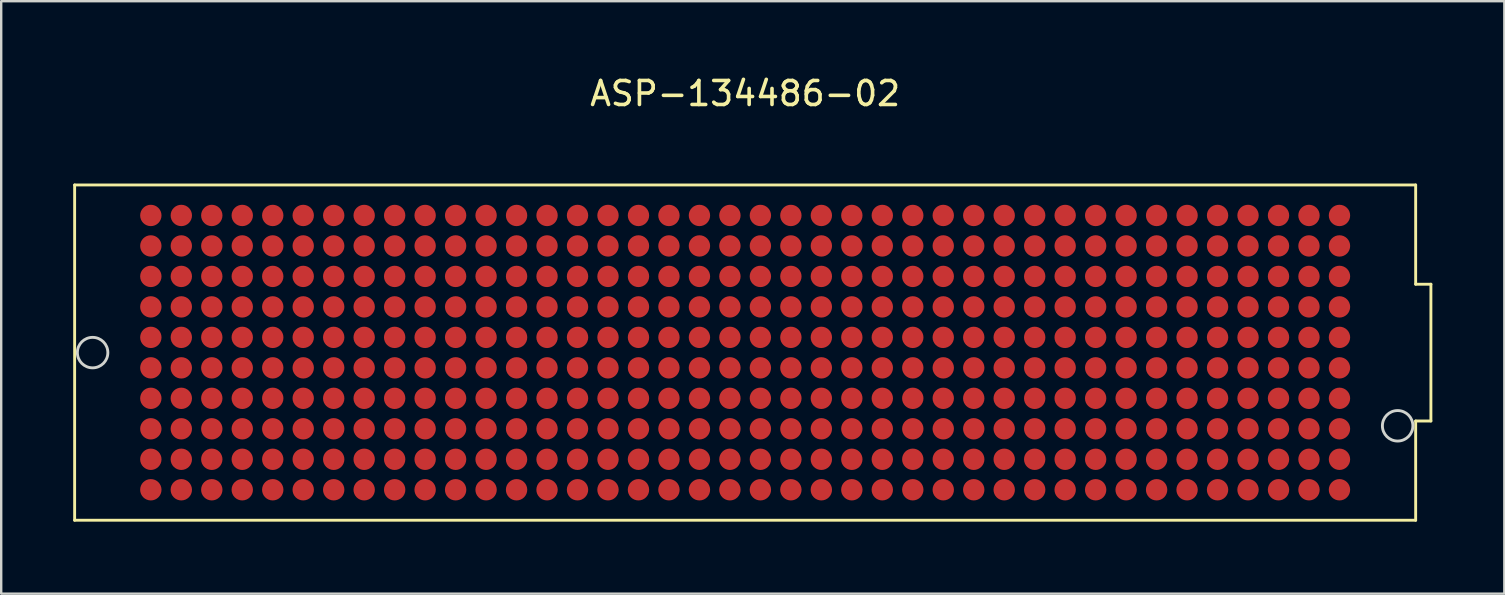
<source format=kicad_pcb>
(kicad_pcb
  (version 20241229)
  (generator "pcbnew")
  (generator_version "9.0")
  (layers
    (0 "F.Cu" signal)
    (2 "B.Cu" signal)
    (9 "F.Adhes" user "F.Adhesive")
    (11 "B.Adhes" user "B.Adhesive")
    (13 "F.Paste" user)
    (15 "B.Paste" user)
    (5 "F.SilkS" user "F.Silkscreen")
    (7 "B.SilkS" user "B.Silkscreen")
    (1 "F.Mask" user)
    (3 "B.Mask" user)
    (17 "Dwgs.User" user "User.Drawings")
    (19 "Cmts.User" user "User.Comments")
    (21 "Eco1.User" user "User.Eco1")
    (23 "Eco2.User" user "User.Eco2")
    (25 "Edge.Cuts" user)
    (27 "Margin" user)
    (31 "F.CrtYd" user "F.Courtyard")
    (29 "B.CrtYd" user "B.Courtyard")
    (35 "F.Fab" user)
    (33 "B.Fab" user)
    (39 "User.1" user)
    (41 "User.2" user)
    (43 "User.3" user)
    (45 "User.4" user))
  (footprint "ASP-134486-02"
    (layer "F.Cu")
    (at 28 11.643)
    (property "Reference" "ASP-134486-02" (at 0 -10.795 0) (layer "F.SilkS") (effects (font (size 1 1) (thickness 0.15))))
    (attr through_hole)
    (fp_line (start -27.94 -6.985) (end -27.94 6.985) (stroke (width 0.12) (type solid)) (layer "F.SilkS"))
    (fp_line (start -27.94 -6.985) (end 27.94 -6.985) (stroke (width 0.12) (type solid)) (layer "F.SilkS"))
    (fp_line (start 27.94 -2.85) (end 27.94 -6.985) (stroke (width 0.12) (type solid)) (layer "F.SilkS"))
    (fp_line (start 27.94 6.985) (end -27.94 6.985) (stroke (width 0.12) (type solid)) (layer "F.SilkS"))
    (fp_line (start 27.94 6.985) (end 27.94 2.85) (stroke (width 0.12) (type solid)) (layer "F.SilkS"))
    (fp_line (start 28.575 -2.85) (end 27.94 -2.85) (stroke (width 0.12) (type solid)) (layer "F.SilkS"))
    (fp_line (start 28.575 2.85) (end 27.94 2.85) (stroke (width 0.12) (type solid)) (layer "F.SilkS"))
    (fp_line (start 28.575 2.85) (end 28.575 -2.85) (stroke (width 0.12) (type solid)) (layer "F.SilkS"))
    (fp_circle (center -27.191 0) (end -26.556 0) (stroke (width 0.12) (type solid)) (fill no) (layer "Edge.Cuts"))
    (fp_circle (center 27.189 3.05) (end 27.824 3.05) (stroke (width 0.12) (type solid)) (fill no) (layer "Edge.Cuts"))
    (pad "A1" smd circle (at 24.765 5.715 180) (size 0.89 0.89) (layers "F.Cu" "F.Mask" "F.Paste"))
    (pad "A2" smd circle (at 23.495 5.715 180) (size 0.89 0.89) (layers "F.Cu" "F.Mask" "F.Paste"))
    (pad "A3" smd circle (at 22.225 5.715 180) (size 0.89 0.89) (layers "F.Cu" "F.Mask" "F.Paste"))
    (pad "A4" smd circle (at 20.955 5.715 180) (size 0.89 0.89) (layers "F.Cu" "F.Mask" "F.Paste"))
    (pad "A5" smd circle (at 19.685 5.715 180) (size 0.89 0.89) (layers "F.Cu" "F.Mask" "F.Paste"))
    (pad "A6" smd circle (at 18.415 5.715 180) (size 0.89 0.89) (layers "F.Cu" "F.Mask" "F.Paste"))
    (pad "A7" smd circle (at 17.145 5.715 180) (size 0.89 0.89) (layers "F.Cu" "F.Mask" "F.Paste"))
    (pad "A8" smd circle (at 15.875 5.715 180) (size 0.89 0.89) (layers "F.Cu" "F.Mask" "F.Paste"))
    (pad "A9" smd circle (at 14.605 5.715 180) (size 0.89 0.89) (layers "F.Cu" "F.Mask" "F.Paste"))
    (pad "A10" smd circle (at 13.335 5.715 180) (size 0.89 0.89) (layers "F.Cu" "F.Mask" "F.Paste"))
    (pad "A11" smd circle (at 12.065 5.715 180) (size 0.89 0.89) (layers "F.Cu" "F.Mask" "F.Paste"))
    (pad "A12" smd circle (at 10.795 5.715 180) (size 0.89 0.89) (layers "F.Cu" "F.Mask" "F.Paste"))
    (pad "A13" smd circle (at 9.525 5.715 180) (size 0.89 0.89) (layers "F.Cu" "F.Mask" "F.Paste"))
    (pad "A14" smd circle (at 8.255 5.715 180) (size 0.89 0.89) (layers "F.Cu" "F.Mask" "F.Paste"))
    (pad "A15" smd circle (at 6.985 5.715 180) (size 0.89 0.89) (layers "F.Cu" "F.Mask" "F.Paste"))
    (pad "A16" smd circle (at 5.715 5.715 180) (size 0.89 0.89) (layers "F.Cu" "F.Mask" "F.Paste"))
    (pad "A17" smd circle (at 4.445 5.715 180) (size 0.89 0.89) (layers "F.Cu" "F.Mask" "F.Paste"))
    (pad "A18" smd circle (at 3.175 5.715 180) (size 0.89 0.89) (layers "F.Cu" "F.Mask" "F.Paste"))
    (pad "A19" smd circle (at 1.905 5.715 180) (size 0.89 0.89) (layers "F.Cu" "F.Mask" "F.Paste"))
    (pad "A20" smd circle (at 0.635 5.715 180) (size 0.89 0.89) (layers "F.Cu" "F.Mask" "F.Paste"))
    (pad "A21" smd circle (at -0.635 5.715 180) (size 0.89 0.89) (layers "F.Cu" "F.Mask" "F.Paste"))
    (pad "A22" smd circle (at -1.905 5.715 180) (size 0.89 0.89) (layers "F.Cu" "F.Mask" "F.Paste"))
    (pad "A23" smd circle (at -3.175 5.715 180) (size 0.89 0.89) (layers "F.Cu" "F.Mask" "F.Paste"))
    (pad "A24" smd circle (at -4.445 5.715 180) (size 0.89 0.89) (layers "F.Cu" "F.Mask" "F.Paste"))
    (pad "A25" smd circle (at -5.715 5.715 180) (size 0.89 0.89) (layers "F.Cu" "F.Mask" "F.Paste"))
    (pad "A26" smd circle (at -6.985 5.715 180) (size 0.89 0.89) (layers "F.Cu" "F.Mask" "F.Paste"))
    (pad "A27" smd circle (at -8.255 5.715 180) (size 0.89 0.89) (layers "F.Cu" "F.Mask" "F.Paste"))
    (pad "A28" smd circle (at -9.525 5.715 180) (size 0.89 0.89) (layers "F.Cu" "F.Mask" "F.Paste"))
    (pad "A29" smd circle (at -10.795 5.715 180) (size 0.89 0.89) (layers "F.Cu" "F.Mask" "F.Paste"))
    (pad "A30" smd circle (at -12.065 5.715 180) (size 0.89 0.89) (layers "F.Cu" "F.Mask" "F.Paste"))
    (pad "A31" smd circle (at -13.335 5.715 180) (size 0.89 0.89) (layers "F.Cu" "F.Mask" "F.Paste"))
    (pad "A32" smd circle (at -14.605 5.715 180) (size 0.89 0.89) (layers "F.Cu" "F.Mask" "F.Paste"))
    (pad "A33" smd circle (at -15.875 5.715 180) (size 0.89 0.89) (layers "F.Cu" "F.Mask" "F.Paste"))
    (pad "A34" smd circle (at -17.145 5.715 180) (size 0.89 0.89) (layers "F.Cu" "F.Mask" "F.Paste"))
    (pad "A35" smd circle (at -18.415 5.715 180) (size 0.89 0.89) (layers "F.Cu" "F.Mask" "F.Paste"))
    (pad "A36" smd circle (at -19.685 5.715 180) (size 0.89 0.89) (layers "F.Cu" "F.Mask" "F.Paste"))
    (pad "A37" smd circle (at -20.955 5.715 180) (size 0.89 0.89) (layers "F.Cu" "F.Mask" "F.Paste"))
    (pad "A38" smd circle (at -22.225 5.715 180) (size 0.89 0.89) (layers "F.Cu" "F.Mask" "F.Paste"))
    (pad "A39" smd circle (at -23.495 5.715 180) (size 0.89 0.89) (layers "F.Cu" "F.Mask" "F.Paste"))
    (pad "A40" smd circle (at -24.765 5.715 180) (size 0.89 0.89) (layers "F.Cu" "F.Mask" "F.Paste"))
    (pad "B1" smd circle (at 24.765 4.445 180) (size 0.89 0.89) (layers "F.Cu" "F.Mask" "F.Paste"))
    (pad "B2" smd circle (at 23.495 4.445 180) (size 0.89 0.89) (layers "F.Cu" "F.Mask" "F.Paste"))
    (pad "B3" smd circle (at 22.225 4.445 180) (size 0.89 0.89) (layers "F.Cu" "F.Mask" "F.Paste"))
    (pad "B4" smd circle (at 20.955 4.445 180) (size 0.89 0.89) (layers "F.Cu" "F.Mask" "F.Paste"))
    (pad "B5" smd circle (at 19.685 4.445 180) (size 0.89 0.89) (layers "F.Cu" "F.Mask" "F.Paste"))
    (pad "B6" smd circle (at 18.415 4.445 180) (size 0.89 0.89) (layers "F.Cu" "F.Mask" "F.Paste"))
    (pad "B7" smd circle (at 17.145 4.445 180) (size 0.89 0.89) (layers "F.Cu" "F.Mask" "F.Paste"))
    (pad "B8" smd circle (at 15.875 4.445 180) (size 0.89 0.89) (layers "F.Cu" "F.Mask" "F.Paste"))
    (pad "B9" smd circle (at 14.605 4.445 180) (size 0.89 0.89) (layers "F.Cu" "F.Mask" "F.Paste"))
    (pad "B10" smd circle (at 13.335 4.445 180) (size 0.89 0.89) (layers "F.Cu" "F.Mask" "F.Paste"))
    (pad "B11" smd circle (at 12.065 4.445 180) (size 0.89 0.89) (layers "F.Cu" "F.Mask" "F.Paste"))
    (pad "B12" smd circle (at 10.795 4.445 180) (size 0.89 0.89) (layers "F.Cu" "F.Mask" "F.Paste"))
    (pad "B13" smd circle (at 9.525 4.445 180) (size 0.89 0.89) (layers "F.Cu" "F.Mask" "F.Paste"))
    (pad "B14" smd circle (at 8.255 4.445 180) (size 0.89 0.89) (layers "F.Cu" "F.Mask" "F.Paste"))
    (pad "B15" smd circle (at 6.985 4.445 180) (size 0.89 0.89) (layers "F.Cu" "F.Mask" "F.Paste"))
    (pad "B16" smd circle (at 5.715 4.445 180) (size 0.89 0.89) (layers "F.Cu" "F.Mask" "F.Paste"))
    (pad "B17" smd circle (at 4.445 4.445 180) (size 0.89 0.89) (layers "F.Cu" "F.Mask" "F.Paste"))
    (pad "B18" smd circle (at 3.175 4.445 180) (size 0.89 0.89) (layers "F.Cu" "F.Mask" "F.Paste"))
    (pad "B19" smd circle (at 1.905 4.445 180) (size 0.89 0.89) (layers "F.Cu" "F.Mask" "F.Paste"))
    (pad "B20" smd circle (at 0.635 4.445 180) (size 0.89 0.89) (layers "F.Cu" "F.Mask" "F.Paste"))
    (pad "B21" smd circle (at -0.635 4.445 180) (size 0.89 0.89) (layers "F.Cu" "F.Mask" "F.Paste"))
    (pad "B22" smd circle (at -1.905 4.445 180) (size 0.89 0.89) (layers "F.Cu" "F.Mask" "F.Paste"))
    (pad "B23" smd circle (at -3.175 4.445 180) (size 0.89 0.89) (layers "F.Cu" "F.Mask" "F.Paste"))
    (pad "B24" smd circle (at -4.445 4.445 180) (size 0.89 0.89) (layers "F.Cu" "F.Mask" "F.Paste"))
    (pad "B25" smd circle (at -5.715 4.445 180) (size 0.89 0.89) (layers "F.Cu" "F.Mask" "F.Paste"))
    (pad "B26" smd circle (at -6.985 4.445 180) (size 0.89 0.89) (layers "F.Cu" "F.Mask" "F.Paste"))
    (pad "B27" smd circle (at -8.255 4.445 180) (size 0.89 0.89) (layers "F.Cu" "F.Mask" "F.Paste"))
    (pad "B28" smd circle (at -9.525 4.445 180) (size 0.89 0.89) (layers "F.Cu" "F.Mask" "F.Paste"))
    (pad "B29" smd circle (at -10.795 4.445 180) (size 0.89 0.89) (layers "F.Cu" "F.Mask" "F.Paste"))
    (pad "B30" smd circle (at -12.065 4.445 180) (size 0.89 0.89) (layers "F.Cu" "F.Mask" "F.Paste"))
    (pad "B31" smd circle (at -13.335 4.445 180) (size 0.89 0.89) (layers "F.Cu" "F.Mask" "F.Paste"))
    (pad "B32" smd circle (at -14.605 4.445 180) (size 0.89 0.89) (layers "F.Cu" "F.Mask" "F.Paste"))
    (pad "B33" smd circle (at -15.875 4.445 180) (size 0.89 0.89) (layers "F.Cu" "F.Mask" "F.Paste"))
    (pad "B34" smd circle (at -17.145 4.445 180) (size 0.89 0.89) (layers "F.Cu" "F.Mask" "F.Paste"))
    (pad "B35" smd circle (at -18.415 4.445 180) (size 0.89 0.89) (layers "F.Cu" "F.Mask" "F.Paste"))
    (pad "B36" smd circle (at -19.685 4.445 180) (size 0.89 0.89) (layers "F.Cu" "F.Mask" "F.Paste"))
    (pad "B37" smd circle (at -20.955 4.445 180) (size 0.89 0.89) (layers "F.Cu" "F.Mask" "F.Paste"))
    (pad "B38" smd circle (at -22.225 4.445 180) (size 0.89 0.89) (layers "F.Cu" "F.Mask" "F.Paste"))
    (pad "B39" smd circle (at -23.495 4.445 180) (size 0.89 0.89) (layers "F.Cu" "F.Mask" "F.Paste"))
    (pad "B40" smd circle (at -24.765 4.445 180) (size 0.89 0.89) (layers "F.Cu" "F.Mask" "F.Paste"))
    (pad "C1" smd circle (at 24.765 3.175 180) (size 0.89 0.89) (layers "F.Cu" "F.Mask" "F.Paste"))
    (pad "C2" smd circle (at 23.495 3.175 180) (size 0.89 0.89) (layers "F.Cu" "F.Mask" "F.Paste"))
    (pad "C3" smd circle (at 22.225 3.175 180) (size 0.89 0.89) (layers "F.Cu" "F.Mask" "F.Paste"))
    (pad "C4" smd circle (at 20.955 3.175 180) (size 0.89 0.89) (layers "F.Cu" "F.Mask" "F.Paste"))
    (pad "C5" smd circle (at 19.685 3.175 180) (size 0.89 0.89) (layers "F.Cu" "F.Mask" "F.Paste"))
    (pad "C6" smd circle (at 18.415 3.175 180) (size 0.89 0.89) (layers "F.Cu" "F.Mask" "F.Paste"))
    (pad "C7" smd circle (at 17.145 3.175 180) (size 0.89 0.89) (layers "F.Cu" "F.Mask" "F.Paste"))
    (pad "C8" smd circle (at 15.875 3.175 180) (size 0.89 0.89) (layers "F.Cu" "F.Mask" "F.Paste"))
    (pad "C9" smd circle (at 14.605 3.175 180) (size 0.89 0.89) (layers "F.Cu" "F.Mask" "F.Paste"))
    (pad "C10" smd circle (at 13.335 3.175 180) (size 0.89 0.89) (layers "F.Cu" "F.Mask" "F.Paste"))
    (pad "C11" smd circle (at 12.065 3.175 180) (size 0.89 0.89) (layers "F.Cu" "F.Mask" "F.Paste"))
    (pad "C12" smd circle (at 10.795 3.175 180) (size 0.89 0.89) (layers "F.Cu" "F.Mask" "F.Paste"))
    (pad "C13" smd circle (at 9.525 3.175 180) (size 0.89 0.89) (layers "F.Cu" "F.Mask" "F.Paste"))
    (pad "C14" smd circle (at 8.255 3.175 180) (size 0.89 0.89) (layers "F.Cu" "F.Mask" "F.Paste"))
    (pad "C15" smd circle (at 6.985 3.175 180) (size 0.89 0.89) (layers "F.Cu" "F.Mask" "F.Paste"))
    (pad "C16" smd circle (at 5.715 3.175 180) (size 0.89 0.89) (layers "F.Cu" "F.Mask" "F.Paste"))
    (pad "C17" smd circle (at 4.445 3.175 180) (size 0.89 0.89) (layers "F.Cu" "F.Mask" "F.Paste"))
    (pad "C18" smd circle (at 3.175 3.175 180) (size 0.89 0.89) (layers "F.Cu" "F.Mask" "F.Paste"))
    (pad "C19" smd circle (at 1.905 3.175 180) (size 0.89 0.89) (layers "F.Cu" "F.Mask" "F.Paste"))
    (pad "C20" smd circle (at 0.635 3.175 180) (size 0.89 0.89) (layers "F.Cu" "F.Mask" "F.Paste"))
    (pad "C21" smd circle (at -0.635 3.175 180) (size 0.89 0.89) (layers "F.Cu" "F.Mask" "F.Paste"))
    (pad "C22" smd circle (at -1.905 3.175 180) (size 0.89 0.89) (layers "F.Cu" "F.Mask" "F.Paste"))
    (pad "C23" smd circle (at -3.175 3.175 180) (size 0.89 0.89) (layers "F.Cu" "F.Mask" "F.Paste"))
    (pad "C24" smd circle (at -4.445 3.175 180) (size 0.89 0.89) (layers "F.Cu" "F.Mask" "F.Paste"))
    (pad "C25" smd circle (at -5.715 3.175 180) (size 0.89 0.89) (layers "F.Cu" "F.Mask" "F.Paste"))
    (pad "C26" smd circle (at -6.985 3.175 180) (size 0.89 0.89) (layers "F.Cu" "F.Mask" "F.Paste"))
    (pad "C27" smd circle (at -8.255 3.175 180) (size 0.89 0.89) (layers "F.Cu" "F.Mask" "F.Paste"))
    (pad "C28" smd circle (at -9.525 3.175 180) (size 0.89 0.89) (layers "F.Cu" "F.Mask" "F.Paste"))
    (pad "C29" smd circle (at -10.795 3.175 180) (size 0.89 0.89) (layers "F.Cu" "F.Mask" "F.Paste"))
    (pad "C30" smd circle (at -12.065 3.175 180) (size 0.89 0.89) (layers "F.Cu" "F.Mask" "F.Paste"))
    (pad "C31" smd circle (at -13.335 3.175 180) (size 0.89 0.89) (layers "F.Cu" "F.Mask" "F.Paste"))
    (pad "C32" smd circle (at -14.605 3.175 180) (size 0.89 0.89) (layers "F.Cu" "F.Mask" "F.Paste"))
    (pad "C33" smd circle (at -15.875 3.175 180) (size 0.89 0.89) (layers "F.Cu" "F.Mask" "F.Paste"))
    (pad "C34" smd circle (at -17.145 3.175 180) (size 0.89 0.89) (layers "F.Cu" "F.Mask" "F.Paste"))
    (pad "C35" smd circle (at -18.415 3.175 180) (size 0.89 0.89) (layers "F.Cu" "F.Mask" "F.Paste"))
    (pad "C36" smd circle (at -19.685 3.175 180) (size 0.89 0.89) (layers "F.Cu" "F.Mask" "F.Paste"))
    (pad "C37" smd circle (at -20.955 3.175 180) (size 0.89 0.89) (layers "F.Cu" "F.Mask" "F.Paste"))
    (pad "C38" smd circle (at -22.225 3.175 180) (size 0.89 0.89) (layers "F.Cu" "F.Mask" "F.Paste"))
    (pad "C39" smd circle (at -23.495 3.175 180) (size 0.89 0.89) (layers "F.Cu" "F.Mask" "F.Paste"))
    (pad "C40" smd circle (at -24.765 3.175 180) (size 0.89 0.89) (layers "F.Cu" "F.Mask" "F.Paste"))
    (pad "D1" smd circle (at 24.765 1.905 180) (size 0.89 0.89) (layers "F.Cu" "F.Mask" "F.Paste"))
    (pad "D2" smd circle (at 23.495 1.905 180) (size 0.89 0.89) (layers "F.Cu" "F.Mask" "F.Paste"))
    (pad "D3" smd circle (at 22.225 1.905 180) (size 0.89 0.89) (layers "F.Cu" "F.Mask" "F.Paste"))
    (pad "D4" smd circle (at 20.955 1.905 180) (size 0.89 0.89) (layers "F.Cu" "F.Mask" "F.Paste"))
    (pad "D5" smd circle (at 19.685 1.905 180) (size 0.89 0.89) (layers "F.Cu" "F.Mask" "F.Paste"))
    (pad "D6" smd circle (at 18.415 1.905 180) (size 0.89 0.89) (layers "F.Cu" "F.Mask" "F.Paste"))
    (pad "D7" smd circle (at 17.145 1.905 180) (size 0.89 0.89) (layers "F.Cu" "F.Mask" "F.Paste"))
    (pad "D8" smd circle (at 15.875 1.905 180) (size 0.89 0.89) (layers "F.Cu" "F.Mask" "F.Paste"))
    (pad "D9" smd circle (at 14.605 1.905 180) (size 0.89 0.89) (layers "F.Cu" "F.Mask" "F.Paste"))
    (pad "D10" smd circle (at 13.335 1.905 180) (size 0.89 0.89) (layers "F.Cu" "F.Mask" "F.Paste"))
    (pad "D11" smd circle (at 12.065 1.905 180) (size 0.89 0.89) (layers "F.Cu" "F.Mask" "F.Paste"))
    (pad "D12" smd circle (at 10.795 1.905 180) (size 0.89 0.89) (layers "F.Cu" "F.Mask" "F.Paste"))
    (pad "D13" smd circle (at 9.525 1.905 180) (size 0.89 0.89) (layers "F.Cu" "F.Mask" "F.Paste"))
    (pad "D14" smd circle (at 8.255 1.905 180) (size 0.89 0.89) (layers "F.Cu" "F.Mask" "F.Paste"))
    (pad "D15" smd circle (at 6.985 1.905 180) (size 0.89 0.89) (layers "F.Cu" "F.Mask" "F.Paste"))
    (pad "D16" smd circle (at 5.715 1.905 180) (size 0.89 0.89) (layers "F.Cu" "F.Mask" "F.Paste"))
    (pad "D17" smd circle (at 4.445 1.905 180) (size 0.89 0.89) (layers "F.Cu" "F.Mask" "F.Paste"))
    (pad "D18" smd circle (at 3.175 1.905 180) (size 0.89 0.89) (layers "F.Cu" "F.Mask" "F.Paste"))
    (pad "D19" smd circle (at 1.905 1.905 180) (size 0.89 0.89) (layers "F.Cu" "F.Mask" "F.Paste"))
    (pad "D20" smd circle (at 0.635 1.905 180) (size 0.89 0.89) (layers "F.Cu" "F.Mask" "F.Paste"))
    (pad "D21" smd circle (at -0.635 1.905 180) (size 0.89 0.89) (layers "F.Cu" "F.Mask" "F.Paste"))
    (pad "D22" smd circle (at -1.905 1.905 180) (size 0.89 0.89) (layers "F.Cu" "F.Mask" "F.Paste"))
    (pad "D23" smd circle (at -3.175 1.905 180) (size 0.89 0.89) (layers "F.Cu" "F.Mask" "F.Paste"))
    (pad "D24" smd circle (at -4.445 1.905 180) (size 0.89 0.89) (layers "F.Cu" "F.Mask" "F.Paste"))
    (pad "D25" smd circle (at -5.715 1.905 180) (size 0.89 0.89) (layers "F.Cu" "F.Mask" "F.Paste"))
    (pad "D26" smd circle (at -6.985 1.905 180) (size 0.89 0.89) (layers "F.Cu" "F.Mask" "F.Paste"))
    (pad "D27" smd circle (at -8.255 1.905 180) (size 0.89 0.89) (layers "F.Cu" "F.Mask" "F.Paste"))
    (pad "D28" smd circle (at -9.525 1.905 180) (size 0.89 0.89) (layers "F.Cu" "F.Mask" "F.Paste"))
    (pad "D29" smd circle (at -10.795 1.905 180) (size 0.89 0.89) (layers "F.Cu" "F.Mask" "F.Paste"))
    (pad "D30" smd circle (at -12.065 1.905 180) (size 0.89 0.89) (layers "F.Cu" "F.Mask" "F.Paste"))
    (pad "D31" smd circle (at -13.335 1.905 180) (size 0.89 0.89) (layers "F.Cu" "F.Mask" "F.Paste"))
    (pad "D32" smd circle (at -14.605 1.905 180) (size 0.89 0.89) (layers "F.Cu" "F.Mask" "F.Paste"))
    (pad "D33" smd circle (at -15.875 1.905 180) (size 0.89 0.89) (layers "F.Cu" "F.Mask" "F.Paste"))
    (pad "D34" smd circle (at -17.145 1.905 180) (size 0.89 0.89) (layers "F.Cu" "F.Mask" "F.Paste"))
    (pad "D35" smd circle (at -18.415 1.905 180) (size 0.89 0.89) (layers "F.Cu" "F.Mask" "F.Paste"))
    (pad "D36" smd circle (at -19.685 1.905 180) (size 0.89 0.89) (layers "F.Cu" "F.Mask" "F.Paste"))
    (pad "D37" smd circle (at -20.955 1.905 180) (size 0.89 0.89) (layers "F.Cu" "F.Mask" "F.Paste"))
    (pad "D38" smd circle (at -22.225 1.905 180) (size 0.89 0.89) (layers "F.Cu" "F.Mask" "F.Paste"))
    (pad "D39" smd circle (at -23.495 1.905 180) (size 0.89 0.89) (layers "F.Cu" "F.Mask" "F.Paste"))
    (pad "D40" smd circle (at -24.765 1.905 180) (size 0.89 0.89) (layers "F.Cu" "F.Mask" "F.Paste"))
    (pad "E1" smd circle (at 24.765 0.635 180) (size 0.89 0.89) (layers "F.Cu" "F.Mask" "F.Paste"))
    (pad "E2" smd circle (at 23.495 0.635 180) (size 0.89 0.89) (layers "F.Cu" "F.Mask" "F.Paste"))
    (pad "E3" smd circle (at 22.225 0.635 180) (size 0.89 0.89) (layers "F.Cu" "F.Mask" "F.Paste"))
    (pad "E4" smd circle (at 20.955 0.635 180) (size 0.89 0.89) (layers "F.Cu" "F.Mask" "F.Paste"))
    (pad "E5" smd circle (at 19.685 0.635 180) (size 0.89 0.89) (layers "F.Cu" "F.Mask" "F.Paste"))
    (pad "E6" smd circle (at 18.415 0.635 180) (size 0.89 0.89) (layers "F.Cu" "F.Mask" "F.Paste"))
    (pad "E7" smd circle (at 17.145 0.635 180) (size 0.89 0.89) (layers "F.Cu" "F.Mask" "F.Paste"))
    (pad "E8" smd circle (at 15.875 0.635 180) (size 0.89 0.89) (layers "F.Cu" "F.Mask" "F.Paste"))
    (pad "E9" smd circle (at 14.605 0.635 180) (size 0.89 0.89) (layers "F.Cu" "F.Mask" "F.Paste"))
    (pad "E10" smd circle (at 13.335 0.635 180) (size 0.89 0.89) (layers "F.Cu" "F.Mask" "F.Paste"))
    (pad "E11" smd circle (at 12.065 0.635 180) (size 0.89 0.89) (layers "F.Cu" "F.Mask" "F.Paste"))
    (pad "E12" smd circle (at 10.795 0.635 180) (size 0.89 0.89) (layers "F.Cu" "F.Mask" "F.Paste"))
    (pad "E13" smd circle (at 9.525 0.635 180) (size 0.89 0.89) (layers "F.Cu" "F.Mask" "F.Paste"))
    (pad "E14" smd circle (at 8.255 0.635 180) (size 0.89 0.89) (layers "F.Cu" "F.Mask" "F.Paste"))
    (pad "E15" smd circle (at 6.985 0.635 180) (size 0.89 0.89) (layers "F.Cu" "F.Mask" "F.Paste"))
    (pad "E16" smd circle (at 5.715 0.635 180) (size 0.89 0.89) (layers "F.Cu" "F.Mask" "F.Paste"))
    (pad "E17" smd circle (at 4.445 0.635 180) (size 0.89 0.89) (layers "F.Cu" "F.Mask" "F.Paste"))
    (pad "E18" smd circle (at 3.175 0.635 180) (size 0.89 0.89) (layers "F.Cu" "F.Mask" "F.Paste"))
    (pad "E19" smd circle (at 1.905 0.635 180) (size 0.89 0.89) (layers "F.Cu" "F.Mask" "F.Paste"))
    (pad "E20" smd circle (at 0.635 0.635 180) (size 0.89 0.89) (layers "F.Cu" "F.Mask" "F.Paste"))
    (pad "E21" smd circle (at -0.635 0.635 180) (size 0.89 0.89) (layers "F.Cu" "F.Mask" "F.Paste"))
    (pad "E22" smd circle (at -1.905 0.635 180) (size 0.89 0.89) (layers "F.Cu" "F.Mask" "F.Paste"))
    (pad "E23" smd circle (at -3.175 0.635 180) (size 0.89 0.89) (layers "F.Cu" "F.Mask" "F.Paste"))
    (pad "E24" smd circle (at -4.445 0.635 180) (size 0.89 0.89) (layers "F.Cu" "F.Mask" "F.Paste"))
    (pad "E25" smd circle (at -5.715 0.635 180) (size 0.89 0.89) (layers "F.Cu" "F.Mask" "F.Paste"))
    (pad "E26" smd circle (at -6.985 0.635 180) (size 0.89 0.89) (layers "F.Cu" "F.Mask" "F.Paste"))
    (pad "E27" smd circle (at -8.255 0.635 180) (size 0.89 0.89) (layers "F.Cu" "F.Mask" "F.Paste"))
    (pad "E28" smd circle (at -9.525 0.635 180) (size 0.89 0.89) (layers "F.Cu" "F.Mask" "F.Paste"))
    (pad "E29" smd circle (at -10.795 0.635 180) (size 0.89 0.89) (layers "F.Cu" "F.Mask" "F.Paste"))
    (pad "E30" smd circle (at -12.065 0.635 180) (size 0.89 0.89) (layers "F.Cu" "F.Mask" "F.Paste"))
    (pad "E31" smd circle (at -13.335 0.635 180) (size 0.89 0.89) (layers "F.Cu" "F.Mask" "F.Paste"))
    (pad "E32" smd circle (at -14.605 0.635 180) (size 0.89 0.89) (layers "F.Cu" "F.Mask" "F.Paste"))
    (pad "E33" smd circle (at -15.875 0.635 180) (size 0.89 0.89) (layers "F.Cu" "F.Mask" "F.Paste"))
    (pad "E34" smd circle (at -17.145 0.635 180) (size 0.89 0.89) (layers "F.Cu" "F.Mask" "F.Paste"))
    (pad "E35" smd circle (at -18.415 0.635 180) (size 0.89 0.89) (layers "F.Cu" "F.Mask" "F.Paste"))
    (pad "E36" smd circle (at -19.685 0.635 180) (size 0.89 0.89) (layers "F.Cu" "F.Mask" "F.Paste"))
    (pad "E37" smd circle (at -20.955 0.635 180) (size 0.89 0.89) (layers "F.Cu" "F.Mask" "F.Paste"))
    (pad "E38" smd circle (at -22.225 0.635 180) (size 0.89 0.89) (layers "F.Cu" "F.Mask" "F.Paste"))
    (pad "E39" smd circle (at -23.495 0.635 180) (size 0.89 0.89) (layers "F.Cu" "F.Mask" "F.Paste"))
    (pad "E40" smd circle (at -24.765 0.635 180) (size 0.89 0.89) (layers "F.Cu" "F.Mask" "F.Paste"))
    (pad "F1" smd circle (at 24.765 -0.635 180) (size 0.89 0.89) (layers "F.Cu" "F.Mask" "F.Paste"))
    (pad "F2" smd circle (at 23.495 -0.635 180) (size 0.89 0.89) (layers "F.Cu" "F.Mask" "F.Paste"))
    (pad "F3" smd circle (at 22.225 -0.635 180) (size 0.89 0.89) (layers "F.Cu" "F.Mask" "F.Paste"))
    (pad "F4" smd circle (at 20.955 -0.635 180) (size 0.89 0.89) (layers "F.Cu" "F.Mask" "F.Paste"))
    (pad "F5" smd circle (at 19.685 -0.635 180) (size 0.89 0.89) (layers "F.Cu" "F.Mask" "F.Paste"))
    (pad "F6" smd circle (at 18.415 -0.635 180) (size 0.89 0.89) (layers "F.Cu" "F.Mask" "F.Paste"))
    (pad "F7" smd circle (at 17.145 -0.635 180) (size 0.89 0.89) (layers "F.Cu" "F.Mask" "F.Paste"))
    (pad "F8" smd circle (at 15.875 -0.635 180) (size 0.89 0.89) (layers "F.Cu" "F.Mask" "F.Paste"))
    (pad "F9" smd circle (at 14.605 -0.635 180) (size 0.89 0.89) (layers "F.Cu" "F.Mask" "F.Paste"))
    (pad "F10" smd circle (at 13.335 -0.635 180) (size 0.89 0.89) (layers "F.Cu" "F.Mask" "F.Paste"))
    (pad "F11" smd circle (at 12.065 -0.635 180) (size 0.89 0.89) (layers "F.Cu" "F.Mask" "F.Paste"))
    (pad "F12" smd circle (at 10.795 -0.635 180) (size 0.89 0.89) (layers "F.Cu" "F.Mask" "F.Paste"))
    (pad "F13" smd circle (at 9.525 -0.635 180) (size 0.89 0.89) (layers "F.Cu" "F.Mask" "F.Paste"))
    (pad "F14" smd circle (at 8.255 -0.635 180) (size 0.89 0.89) (layers "F.Cu" "F.Mask" "F.Paste"))
    (pad "F15" smd circle (at 6.985 -0.635 180) (size 0.89 0.89) (layers "F.Cu" "F.Mask" "F.Paste"))
    (pad "F16" smd circle (at 5.715 -0.635 180) (size 0.89 0.89) (layers "F.Cu" "F.Mask" "F.Paste"))
    (pad "F17" smd circle (at 4.445 -0.635 180) (size 0.89 0.89) (layers "F.Cu" "F.Mask" "F.Paste"))
    (pad "F18" smd circle (at 3.175 -0.635 180) (size 0.89 0.89) (layers "F.Cu" "F.Mask" "F.Paste"))
    (pad "F19" smd circle (at 1.905 -0.635 180) (size 0.89 0.89) (layers "F.Cu" "F.Mask" "F.Paste"))
    (pad "F20" smd circle (at 0.635 -0.635 180) (size 0.89 0.89) (layers "F.Cu" "F.Mask" "F.Paste"))
    (pad "F21" smd circle (at -0.635 -0.635 180) (size 0.89 0.89) (layers "F.Cu" "F.Mask" "F.Paste"))
    (pad "F22" smd circle (at -1.905 -0.635 180) (size 0.89 0.89) (layers "F.Cu" "F.Mask" "F.Paste"))
    (pad "F23" smd circle (at -3.175 -0.635 180) (size 0.89 0.89) (layers "F.Cu" "F.Mask" "F.Paste"))
    (pad "F24" smd circle (at -4.445 -0.635 180) (size 0.89 0.89) (layers "F.Cu" "F.Mask" "F.Paste"))
    (pad "F25" smd circle (at -5.715 -0.635 180) (size 0.89 0.89) (layers "F.Cu" "F.Mask" "F.Paste"))
    (pad "F26" smd circle (at -6.985 -0.635 180) (size 0.89 0.89) (layers "F.Cu" "F.Mask" "F.Paste"))
    (pad "F27" smd circle (at -8.255 -0.635 180) (size 0.89 0.89) (layers "F.Cu" "F.Mask" "F.Paste"))
    (pad "F28" smd circle (at -9.525 -0.635 180) (size 0.89 0.89) (layers "F.Cu" "F.Mask" "F.Paste"))
    (pad "F29" smd circle (at -10.795 -0.635 180) (size 0.89 0.89) (layers "F.Cu" "F.Mask" "F.Paste"))
    (pad "F30" smd circle (at -12.065 -0.635 180) (size 0.89 0.89) (layers "F.Cu" "F.Mask" "F.Paste"))
    (pad "F31" smd circle (at -13.335 -0.635 180) (size 0.89 0.89) (layers "F.Cu" "F.Mask" "F.Paste"))
    (pad "F32" smd circle (at -14.605 -0.635 180) (size 0.89 0.89) (layers "F.Cu" "F.Mask" "F.Paste"))
    (pad "F33" smd circle (at -15.875 -0.635 180) (size 0.89 0.89) (layers "F.Cu" "F.Mask" "F.Paste"))
    (pad "F34" smd circle (at -17.145 -0.635 180) (size 0.89 0.89) (layers "F.Cu" "F.Mask" "F.Paste"))
    (pad "F35" smd circle (at -18.415 -0.635 180) (size 0.89 0.89) (layers "F.Cu" "F.Mask" "F.Paste"))
    (pad "F36" smd circle (at -19.685 -0.635 180) (size 0.89 0.89) (layers "F.Cu" "F.Mask" "F.Paste"))
    (pad "F37" smd circle (at -20.955 -0.635 180) (size 0.89 0.89) (layers "F.Cu" "F.Mask" "F.Paste"))
    (pad "F38" smd circle (at -22.225 -0.635 180) (size 0.89 0.89) (layers "F.Cu" "F.Mask" "F.Paste"))
    (pad "F39" smd circle (at -23.495 -0.635 180) (size 0.89 0.89) (layers "F.Cu" "F.Mask" "F.Paste"))
    (pad "F40" smd circle (at -24.765 -0.635 180) (size 0.89 0.89) (layers "F.Cu" "F.Mask" "F.Paste"))
    (pad "G1" smd circle (at 24.765 -1.905 180) (size 0.89 0.89) (layers "F.Cu" "F.Mask" "F.Paste"))
    (pad "G2" smd circle (at 23.495 -1.905 180) (size 0.89 0.89) (layers "F.Cu" "F.Mask" "F.Paste"))
    (pad "G3" smd circle (at 22.225 -1.905 180) (size 0.89 0.89) (layers "F.Cu" "F.Mask" "F.Paste"))
    (pad "G4" smd circle (at 20.955 -1.905 180) (size 0.89 0.89) (layers "F.Cu" "F.Mask" "F.Paste"))
    (pad "G5" smd circle (at 19.685 -1.905 180) (size 0.89 0.89) (layers "F.Cu" "F.Mask" "F.Paste"))
    (pad "G6" smd circle (at 18.415 -1.905 180) (size 0.89 0.89) (layers "F.Cu" "F.Mask" "F.Paste"))
    (pad "G7" smd circle (at 17.145 -1.905 180) (size 0.89 0.89) (layers "F.Cu" "F.Mask" "F.Paste"))
    (pad "G8" smd circle (at 15.875 -1.905 180) (size 0.89 0.89) (layers "F.Cu" "F.Mask" "F.Paste"))
    (pad "G9" smd circle (at 14.605 -1.905 180) (size 0.89 0.89) (layers "F.Cu" "F.Mask" "F.Paste"))
    (pad "G10" smd circle (at 13.335 -1.905 180) (size 0.89 0.89) (layers "F.Cu" "F.Mask" "F.Paste"))
    (pad "G11" smd circle (at 12.065 -1.905 180) (size 0.89 0.89) (layers "F.Cu" "F.Mask" "F.Paste"))
    (pad "G12" smd circle (at 10.795 -1.905 180) (size 0.89 0.89) (layers "F.Cu" "F.Mask" "F.Paste"))
    (pad "G13" smd circle (at 9.525 -1.905 180) (size 0.89 0.89) (layers "F.Cu" "F.Mask" "F.Paste"))
    (pad "G14" smd circle (at 8.255 -1.905 180) (size 0.89 0.89) (layers "F.Cu" "F.Mask" "F.Paste"))
    (pad "G15" smd circle (at 6.985 -1.905 180) (size 0.89 0.89) (layers "F.Cu" "F.Mask" "F.Paste"))
    (pad "G16" smd circle (at 5.715 -1.905 180) (size 0.89 0.89) (layers "F.Cu" "F.Mask" "F.Paste"))
    (pad "G17" smd circle (at 4.445 -1.905 180) (size 0.89 0.89) (layers "F.Cu" "F.Mask" "F.Paste"))
    (pad "G18" smd circle (at 3.175 -1.905 180) (size 0.89 0.89) (layers "F.Cu" "F.Mask" "F.Paste"))
    (pad "G19" smd circle (at 1.905 -1.905 180) (size 0.89 0.89) (layers "F.Cu" "F.Mask" "F.Paste"))
    (pad "G20" smd circle (at 0.635 -1.905 180) (size 0.89 0.89) (layers "F.Cu" "F.Mask" "F.Paste"))
    (pad "G21" smd circle (at -0.635 -1.905 180) (size 0.89 0.89) (layers "F.Cu" "F.Mask" "F.Paste"))
    (pad "G22" smd circle (at -1.905 -1.905 180) (size 0.89 0.89) (layers "F.Cu" "F.Mask" "F.Paste"))
    (pad "G23" smd circle (at -3.175 -1.905 180) (size 0.89 0.89) (layers "F.Cu" "F.Mask" "F.Paste"))
    (pad "G24" smd circle (at -4.445 -1.905 180) (size 0.89 0.89) (layers "F.Cu" "F.Mask" "F.Paste"))
    (pad "G25" smd circle (at -5.715 -1.905 180) (size 0.89 0.89) (layers "F.Cu" "F.Mask" "F.Paste"))
    (pad "G26" smd circle (at -6.985 -1.905 180) (size 0.89 0.89) (layers "F.Cu" "F.Mask" "F.Paste"))
    (pad "G27" smd circle (at -8.255 -1.905 180) (size 0.89 0.89) (layers "F.Cu" "F.Mask" "F.Paste"))
    (pad "G28" smd circle (at -9.525 -1.905 180) (size 0.89 0.89) (layers "F.Cu" "F.Mask" "F.Paste"))
    (pad "G29" smd circle (at -10.795 -1.905 180) (size 0.89 0.89) (layers "F.Cu" "F.Mask" "F.Paste"))
    (pad "G30" smd circle (at -12.065 -1.905 180) (size 0.89 0.89) (layers "F.Cu" "F.Mask" "F.Paste"))
    (pad "G31" smd circle (at -13.335 -1.905 180) (size 0.89 0.89) (layers "F.Cu" "F.Mask" "F.Paste"))
    (pad "G32" smd circle (at -14.605 -1.905 180) (size 0.89 0.89) (layers "F.Cu" "F.Mask" "F.Paste"))
    (pad "G33" smd circle (at -15.875 -1.905 180) (size 0.89 0.89) (layers "F.Cu" "F.Mask" "F.Paste"))
    (pad "G34" smd circle (at -17.145 -1.905 180) (size 0.89 0.89) (layers "F.Cu" "F.Mask" "F.Paste"))
    (pad "G35" smd circle (at -18.415 -1.905 180) (size 0.89 0.89) (layers "F.Cu" "F.Mask" "F.Paste"))
    (pad "G36" smd circle (at -19.685 -1.905 180) (size 0.89 0.89) (layers "F.Cu" "F.Mask" "F.Paste"))
    (pad "G37" smd circle (at -20.955 -1.905 180) (size 0.89 0.89) (layers "F.Cu" "F.Mask" "F.Paste"))
    (pad "G38" smd circle (at -22.225 -1.905 180) (size 0.89 0.89) (layers "F.Cu" "F.Mask" "F.Paste"))
    (pad "G39" smd circle (at -23.495 -1.905 180) (size 0.89 0.89) (layers "F.Cu" "F.Mask" "F.Paste"))
    (pad "G40" smd circle (at -24.765 -1.905 180) (size 0.89 0.89) (layers "F.Cu" "F.Mask" "F.Paste"))
    (pad "H1" smd circle (at 24.765 -3.175 180) (size 0.89 0.89) (layers "F.Cu" "F.Mask" "F.Paste"))
    (pad "H2" smd circle (at 23.495 -3.175 180) (size 0.89 0.89) (layers "F.Cu" "F.Mask" "F.Paste"))
    (pad "H3" smd circle (at 22.225 -3.175 180) (size 0.89 0.89) (layers "F.Cu" "F.Mask" "F.Paste"))
    (pad "H4" smd circle (at 20.955 -3.175 180) (size 0.89 0.89) (layers "F.Cu" "F.Mask" "F.Paste"))
    (pad "H5" smd circle (at 19.685 -3.175 180) (size 0.89 0.89) (layers "F.Cu" "F.Mask" "F.Paste"))
    (pad "H6" smd circle (at 18.415 -3.175 180) (size 0.89 0.89) (layers "F.Cu" "F.Mask" "F.Paste"))
    (pad "H7" smd circle (at 17.145 -3.175 180) (size 0.89 0.89) (layers "F.Cu" "F.Mask" "F.Paste"))
    (pad "H8" smd circle (at 15.875 -3.175 180) (size 0.89 0.89) (layers "F.Cu" "F.Mask" "F.Paste"))
    (pad "H9" smd circle (at 14.605 -3.175 180) (size 0.89 0.89) (layers "F.Cu" "F.Mask" "F.Paste"))
    (pad "H10" smd circle (at 13.335 -3.175 180) (size 0.89 0.89) (layers "F.Cu" "F.Mask" "F.Paste"))
    (pad "H11" smd circle (at 12.065 -3.175 180) (size 0.89 0.89) (layers "F.Cu" "F.Mask" "F.Paste"))
    (pad "H12" smd circle (at 10.795 -3.175 180) (size 0.89 0.89) (layers "F.Cu" "F.Mask" "F.Paste"))
    (pad "H13" smd circle (at 9.525 -3.175 180) (size 0.89 0.89) (layers "F.Cu" "F.Mask" "F.Paste"))
    (pad "H14" smd circle (at 8.255 -3.175 180) (size 0.89 0.89) (layers "F.Cu" "F.Mask" "F.Paste"))
    (pad "H15" smd circle (at 6.985 -3.175 180) (size 0.89 0.89) (layers "F.Cu" "F.Mask" "F.Paste"))
    (pad "H16" smd circle (at 5.715 -3.175 180) (size 0.89 0.89) (layers "F.Cu" "F.Mask" "F.Paste"))
    (pad "H17" smd circle (at 4.445 -3.175 180) (size 0.89 0.89) (layers "F.Cu" "F.Mask" "F.Paste"))
    (pad "H18" smd circle (at 3.175 -3.175 180) (size 0.89 0.89) (layers "F.Cu" "F.Mask" "F.Paste"))
    (pad "H19" smd circle (at 1.905 -3.175 180) (size 0.89 0.89) (layers "F.Cu" "F.Mask" "F.Paste"))
    (pad "H20" smd circle (at 0.635 -3.175 180) (size 0.89 0.89) (layers "F.Cu" "F.Mask" "F.Paste"))
    (pad "H21" smd circle (at -0.635 -3.175 180) (size 0.89 0.89) (layers "F.Cu" "F.Mask" "F.Paste"))
    (pad "H22" smd circle (at -1.905 -3.175 180) (size 0.89 0.89) (layers "F.Cu" "F.Mask" "F.Paste"))
    (pad "H23" smd circle (at -3.175 -3.175 180) (size 0.89 0.89) (layers "F.Cu" "F.Mask" "F.Paste"))
    (pad "H24" smd circle (at -4.445 -3.175 180) (size 0.89 0.89) (layers "F.Cu" "F.Mask" "F.Paste"))
    (pad "H25" smd circle (at -5.715 -3.175 180) (size 0.89 0.89) (layers "F.Cu" "F.Mask" "F.Paste"))
    (pad "H26" smd circle (at -6.985 -3.175 180) (size 0.89 0.89) (layers "F.Cu" "F.Mask" "F.Paste"))
    (pad "H27" smd circle (at -8.255 -3.175 180) (size 0.89 0.89) (layers "F.Cu" "F.Mask" "F.Paste"))
    (pad "H28" smd circle (at -9.525 -3.175 180) (size 0.89 0.89) (layers "F.Cu" "F.Mask" "F.Paste"))
    (pad "H29" smd circle (at -10.795 -3.175 180) (size 0.89 0.89) (layers "F.Cu" "F.Mask" "F.Paste"))
    (pad "H30" smd circle (at -12.065 -3.175 180) (size 0.89 0.89) (layers "F.Cu" "F.Mask" "F.Paste"))
    (pad "H31" smd circle (at -13.335 -3.175 180) (size 0.89 0.89) (layers "F.Cu" "F.Mask" "F.Paste"))
    (pad "H32" smd circle (at -14.605 -3.175 180) (size 0.89 0.89) (layers "F.Cu" "F.Mask" "F.Paste"))
    (pad "H33" smd circle (at -15.875 -3.175 180) (size 0.89 0.89) (layers "F.Cu" "F.Mask" "F.Paste"))
    (pad "H34" smd circle (at -17.145 -3.175 180) (size 0.89 0.89) (layers "F.Cu" "F.Mask" "F.Paste"))
    (pad "H35" smd circle (at -18.415 -3.175 180) (size 0.89 0.89) (layers "F.Cu" "F.Mask" "F.Paste"))
    (pad "H36" smd circle (at -19.685 -3.175 180) (size 0.89 0.89) (layers "F.Cu" "F.Mask" "F.Paste"))
    (pad "H37" smd circle (at -20.955 -3.175 180) (size 0.89 0.89) (layers "F.Cu" "F.Mask" "F.Paste"))
    (pad "H38" smd circle (at -22.225 -3.175 180) (size 0.89 0.89) (layers "F.Cu" "F.Mask" "F.Paste"))
    (pad "H39" smd circle (at -23.495 -3.175 180) (size 0.89 0.89) (layers "F.Cu" "F.Mask" "F.Paste"))
    (pad "H40" smd circle (at -24.765 -3.175 180) (size 0.89 0.89) (layers "F.Cu" "F.Mask" "F.Paste"))
    (pad "J1" smd circle (at 24.765 -4.445 180) (size 0.89 0.89) (layers "F.Cu" "F.Mask" "F.Paste"))
    (pad "J2" smd circle (at 23.495 -4.445 180) (size 0.89 0.89) (layers "F.Cu" "F.Mask" "F.Paste"))
    (pad "J3" smd circle (at 22.225 -4.445 180) (size 0.89 0.89) (layers "F.Cu" "F.Mask" "F.Paste"))
    (pad "J4" smd circle (at 20.955 -4.445 180) (size 0.89 0.89) (layers "F.Cu" "F.Mask" "F.Paste"))
    (pad "J5" smd circle (at 19.685 -4.445 180) (size 0.89 0.89) (layers "F.Cu" "F.Mask" "F.Paste"))
    (pad "J6" smd circle (at 18.415 -4.445 180) (size 0.89 0.89) (layers "F.Cu" "F.Mask" "F.Paste"))
    (pad "J7" smd circle (at 17.145 -4.445 180) (size 0.89 0.89) (layers "F.Cu" "F.Mask" "F.Paste"))
    (pad "J8" smd circle (at 15.875 -4.445 180) (size 0.89 0.89) (layers "F.Cu" "F.Mask" "F.Paste"))
    (pad "J9" smd circle (at 14.605 -4.445 180) (size 0.89 0.89) (layers "F.Cu" "F.Mask" "F.Paste"))
    (pad "J10" smd circle (at 13.335 -4.445 180) (size 0.89 0.89) (layers "F.Cu" "F.Mask" "F.Paste"))
    (pad "J11" smd circle (at 12.065 -4.445 180) (size 0.89 0.89) (layers "F.Cu" "F.Mask" "F.Paste"))
    (pad "J12" smd circle (at 10.795 -4.445 180) (size 0.89 0.89) (layers "F.Cu" "F.Mask" "F.Paste"))
    (pad "J13" smd circle (at 9.525 -4.445 180) (size 0.89 0.89) (layers "F.Cu" "F.Mask" "F.Paste"))
    (pad "J14" smd circle (at 8.255 -4.445 180) (size 0.89 0.89) (layers "F.Cu" "F.Mask" "F.Paste"))
    (pad "J15" smd circle (at 6.985 -4.445 180) (size 0.89 0.89) (layers "F.Cu" "F.Mask" "F.Paste"))
    (pad "J16" smd circle (at 5.715 -4.445 180) (size 0.89 0.89) (layers "F.Cu" "F.Mask" "F.Paste"))
    (pad "J17" smd circle (at 4.445 -4.445 180) (size 0.89 0.89) (layers "F.Cu" "F.Mask" "F.Paste"))
    (pad "J18" smd circle (at 3.175 -4.445 180) (size 0.89 0.89) (layers "F.Cu" "F.Mask" "F.Paste"))
    (pad "J19" smd circle (at 1.905 -4.445 180) (size 0.89 0.89) (layers "F.Cu" "F.Mask" "F.Paste"))
    (pad "J20" smd circle (at 0.635 -4.445 180) (size 0.89 0.89) (layers "F.Cu" "F.Mask" "F.Paste"))
    (pad "J21" smd circle (at -0.635 -4.445 180) (size 0.89 0.89) (layers "F.Cu" "F.Mask" "F.Paste"))
    (pad "J22" smd circle (at -1.905 -4.445 180) (size 0.89 0.89) (layers "F.Cu" "F.Mask" "F.Paste"))
    (pad "J23" smd circle (at -3.175 -4.445 180) (size 0.89 0.89) (layers "F.Cu" "F.Mask" "F.Paste"))
    (pad "J24" smd circle (at -4.445 -4.445 180) (size 0.89 0.89) (layers "F.Cu" "F.Mask" "F.Paste"))
    (pad "J25" smd circle (at -5.715 -4.445 180) (size 0.89 0.89) (layers "F.Cu" "F.Mask" "F.Paste"))
    (pad "J26" smd circle (at -6.985 -4.445 180) (size 0.89 0.89) (layers "F.Cu" "F.Mask" "F.Paste"))
    (pad "J27" smd circle (at -8.255 -4.445 180) (size 0.89 0.89) (layers "F.Cu" "F.Mask" "F.Paste"))
    (pad "J28" smd circle (at -9.525 -4.445 180) (size 0.89 0.89) (layers "F.Cu" "F.Mask" "F.Paste"))
    (pad "J29" smd circle (at -10.795 -4.445 180) (size 0.89 0.89) (layers "F.Cu" "F.Mask" "F.Paste"))
    (pad "J30" smd circle (at -12.065 -4.445 180) (size 0.89 0.89) (layers "F.Cu" "F.Mask" "F.Paste"))
    (pad "J31" smd circle (at -13.335 -4.445 180) (size 0.89 0.89) (layers "F.Cu" "F.Mask" "F.Paste"))
    (pad "J32" smd circle (at -14.605 -4.445 180) (size 0.89 0.89) (layers "F.Cu" "F.Mask" "F.Paste"))
    (pad "J33" smd circle (at -15.875 -4.445 180) (size 0.89 0.89) (layers "F.Cu" "F.Mask" "F.Paste"))
    (pad "J34" smd circle (at -17.145 -4.445 180) (size 0.89 0.89) (layers "F.Cu" "F.Mask" "F.Paste"))
    (pad "J35" smd circle (at -18.415 -4.445 180) (size 0.89 0.89) (layers "F.Cu" "F.Mask" "F.Paste"))
    (pad "J36" smd circle (at -19.685 -4.445 180) (size 0.89 0.89) (layers "F.Cu" "F.Mask" "F.Paste"))
    (pad "J37" smd circle (at -20.955 -4.445 180) (size 0.89 0.89) (layers "F.Cu" "F.Mask" "F.Paste"))
    (pad "J38" smd circle (at -22.225 -4.445 180) (size 0.89 0.89) (layers "F.Cu" "F.Mask" "F.Paste"))
    (pad "J39" smd circle (at -23.495 -4.445 180) (size 0.89 0.89) (layers "F.Cu" "F.Mask" "F.Paste"))
    (pad "J40" smd circle (at -24.765 -4.445 180) (size 0.89 0.89) (layers "F.Cu" "F.Mask" "F.Paste"))
    (pad "K1" smd circle (at 24.765 -5.715 180) (size 0.89 0.89) (layers "F.Cu" "F.Mask" "F.Paste"))
    (pad "K2" smd circle (at 23.495 -5.715 180) (size 0.89 0.89) (layers "F.Cu" "F.Mask" "F.Paste"))
    (pad "K3" smd circle (at 22.225 -5.715 180) (size 0.89 0.89) (layers "F.Cu" "F.Mask" "F.Paste"))
    (pad "K4" smd circle (at 20.955 -5.715 180) (size 0.89 0.89) (layers "F.Cu" "F.Mask" "F.Paste"))
    (pad "K5" smd circle (at 19.685 -5.715 180) (size 0.89 0.89) (layers "F.Cu" "F.Mask" "F.Paste"))
    (pad "K6" smd circle (at 18.415 -5.715 180) (size 0.89 0.89) (layers "F.Cu" "F.Mask" "F.Paste"))
    (pad "K7" smd circle (at 17.145 -5.715 180) (size 0.89 0.89) (layers "F.Cu" "F.Mask" "F.Paste"))
    (pad "K8" smd circle (at 15.875 -5.715 180) (size 0.89 0.89) (layers "F.Cu" "F.Mask" "F.Paste"))
    (pad "K9" smd circle (at 14.605 -5.715 180) (size 0.89 0.89) (layers "F.Cu" "F.Mask" "F.Paste"))
    (pad "K10" smd circle (at 13.335 -5.715 180) (size 0.89 0.89) (layers "F.Cu" "F.Mask" "F.Paste"))
    (pad "K11" smd circle (at 12.065 -5.715 180) (size 0.89 0.89) (layers "F.Cu" "F.Mask" "F.Paste"))
    (pad "K12" smd circle (at 10.795 -5.715 180) (size 0.89 0.89) (layers "F.Cu" "F.Mask" "F.Paste"))
    (pad "K13" smd circle (at 9.525 -5.715 180) (size 0.89 0.89) (layers "F.Cu" "F.Mask" "F.Paste"))
    (pad "K14" smd circle (at 8.255 -5.715 180) (size 0.89 0.89) (layers "F.Cu" "F.Mask" "F.Paste"))
    (pad "K15" smd circle (at 6.985 -5.715 180) (size 0.89 0.89) (layers "F.Cu" "F.Mask" "F.Paste"))
    (pad "K16" smd circle (at 5.715 -5.715 180) (size 0.89 0.89) (layers "F.Cu" "F.Mask" "F.Paste"))
    (pad "K17" smd circle (at 4.445 -5.715 180) (size 0.89 0.89) (layers "F.Cu" "F.Mask" "F.Paste"))
    (pad "K18" smd circle (at 3.175 -5.715 180) (size 0.89 0.89) (layers "F.Cu" "F.Mask" "F.Paste"))
    (pad "K19" smd circle (at 1.905 -5.715 180) (size 0.89 0.89) (layers "F.Cu" "F.Mask" "F.Paste"))
    (pad "K20" smd circle (at 0.635 -5.715 180) (size 0.89 0.89) (layers "F.Cu" "F.Mask" "F.Paste"))
    (pad "K21" smd circle (at -0.635 -5.715 180) (size 0.89 0.89) (layers "F.Cu" "F.Mask" "F.Paste"))
    (pad "K22" smd circle (at -1.905 -5.715 180) (size 0.89 0.89) (layers "F.Cu" "F.Mask" "F.Paste"))
    (pad "K23" smd circle (at -3.175 -5.715 180) (size 0.89 0.89) (layers "F.Cu" "F.Mask" "F.Paste"))
    (pad "K24" smd circle (at -4.445 -5.715 180) (size 0.89 0.89) (layers "F.Cu" "F.Mask" "F.Paste"))
    (pad "K25" smd circle (at -5.715 -5.715 180) (size 0.89 0.89) (layers "F.Cu" "F.Mask" "F.Paste"))
    (pad "K26" smd circle (at -6.985 -5.715 180) (size 0.89 0.89) (layers "F.Cu" "F.Mask" "F.Paste"))
    (pad "K27" smd circle (at -8.255 -5.715 180) (size 0.89 0.89) (layers "F.Cu" "F.Mask" "F.Paste"))
    (pad "K28" smd circle (at -9.525 -5.715 180) (size 0.89 0.89) (layers "F.Cu" "F.Mask" "F.Paste"))
    (pad "K29" smd circle (at -10.795 -5.715 180) (size 0.89 0.89) (layers "F.Cu" "F.Mask" "F.Paste"))
    (pad "K30" smd circle (at -12.065 -5.715 180) (size 0.89 0.89) (layers "F.Cu" "F.Mask" "F.Paste"))
    (pad "K31" smd circle (at -13.335 -5.715 180) (size 0.89 0.89) (layers "F.Cu" "F.Mask" "F.Paste"))
    (pad "K32" smd circle (at -14.605 -5.715 180) (size 0.89 0.89) (layers "F.Cu" "F.Mask" "F.Paste"))
    (pad "K33" smd circle (at -15.875 -5.715 180) (size 0.89 0.89) (layers "F.Cu" "F.Mask" "F.Paste"))
    (pad "K34" smd circle (at -17.145 -5.715 180) (size 0.89 0.89) (layers "F.Cu" "F.Mask" "F.Paste"))
    (pad "K35" smd circle (at -18.415 -5.715 180) (size 0.89 0.89) (layers "F.Cu" "F.Mask" "F.Paste"))
    (pad "K36" smd circle (at -19.685 -5.715 180) (size 0.89 0.89) (layers "F.Cu" "F.Mask" "F.Paste"))
    (pad "K37" smd circle (at -20.955 -5.715 180) (size 0.89 0.89) (layers "F.Cu" "F.Mask" "F.Paste"))
    (pad "K38" smd circle (at -22.225 -5.715 180) (size 0.89 0.89) (layers "F.Cu" "F.Mask" "F.Paste"))
    (pad "K39" smd circle (at -23.495 -5.715 180) (size 0.89 0.89) (layers "F.Cu" "F.Mask" "F.Paste"))
    (pad "K40" smd circle (at -24.765 -5.715 180) (size 0.89 0.89) (layers "F.Cu" "F.Mask" "F.Paste")))
  (gr_rect
    (start -3 -3)
    (end 59.635 21.688)
    (stroke (width 0.1) (type default))
    (fill no)
    (layer "Edge.Cuts")))
</source>
